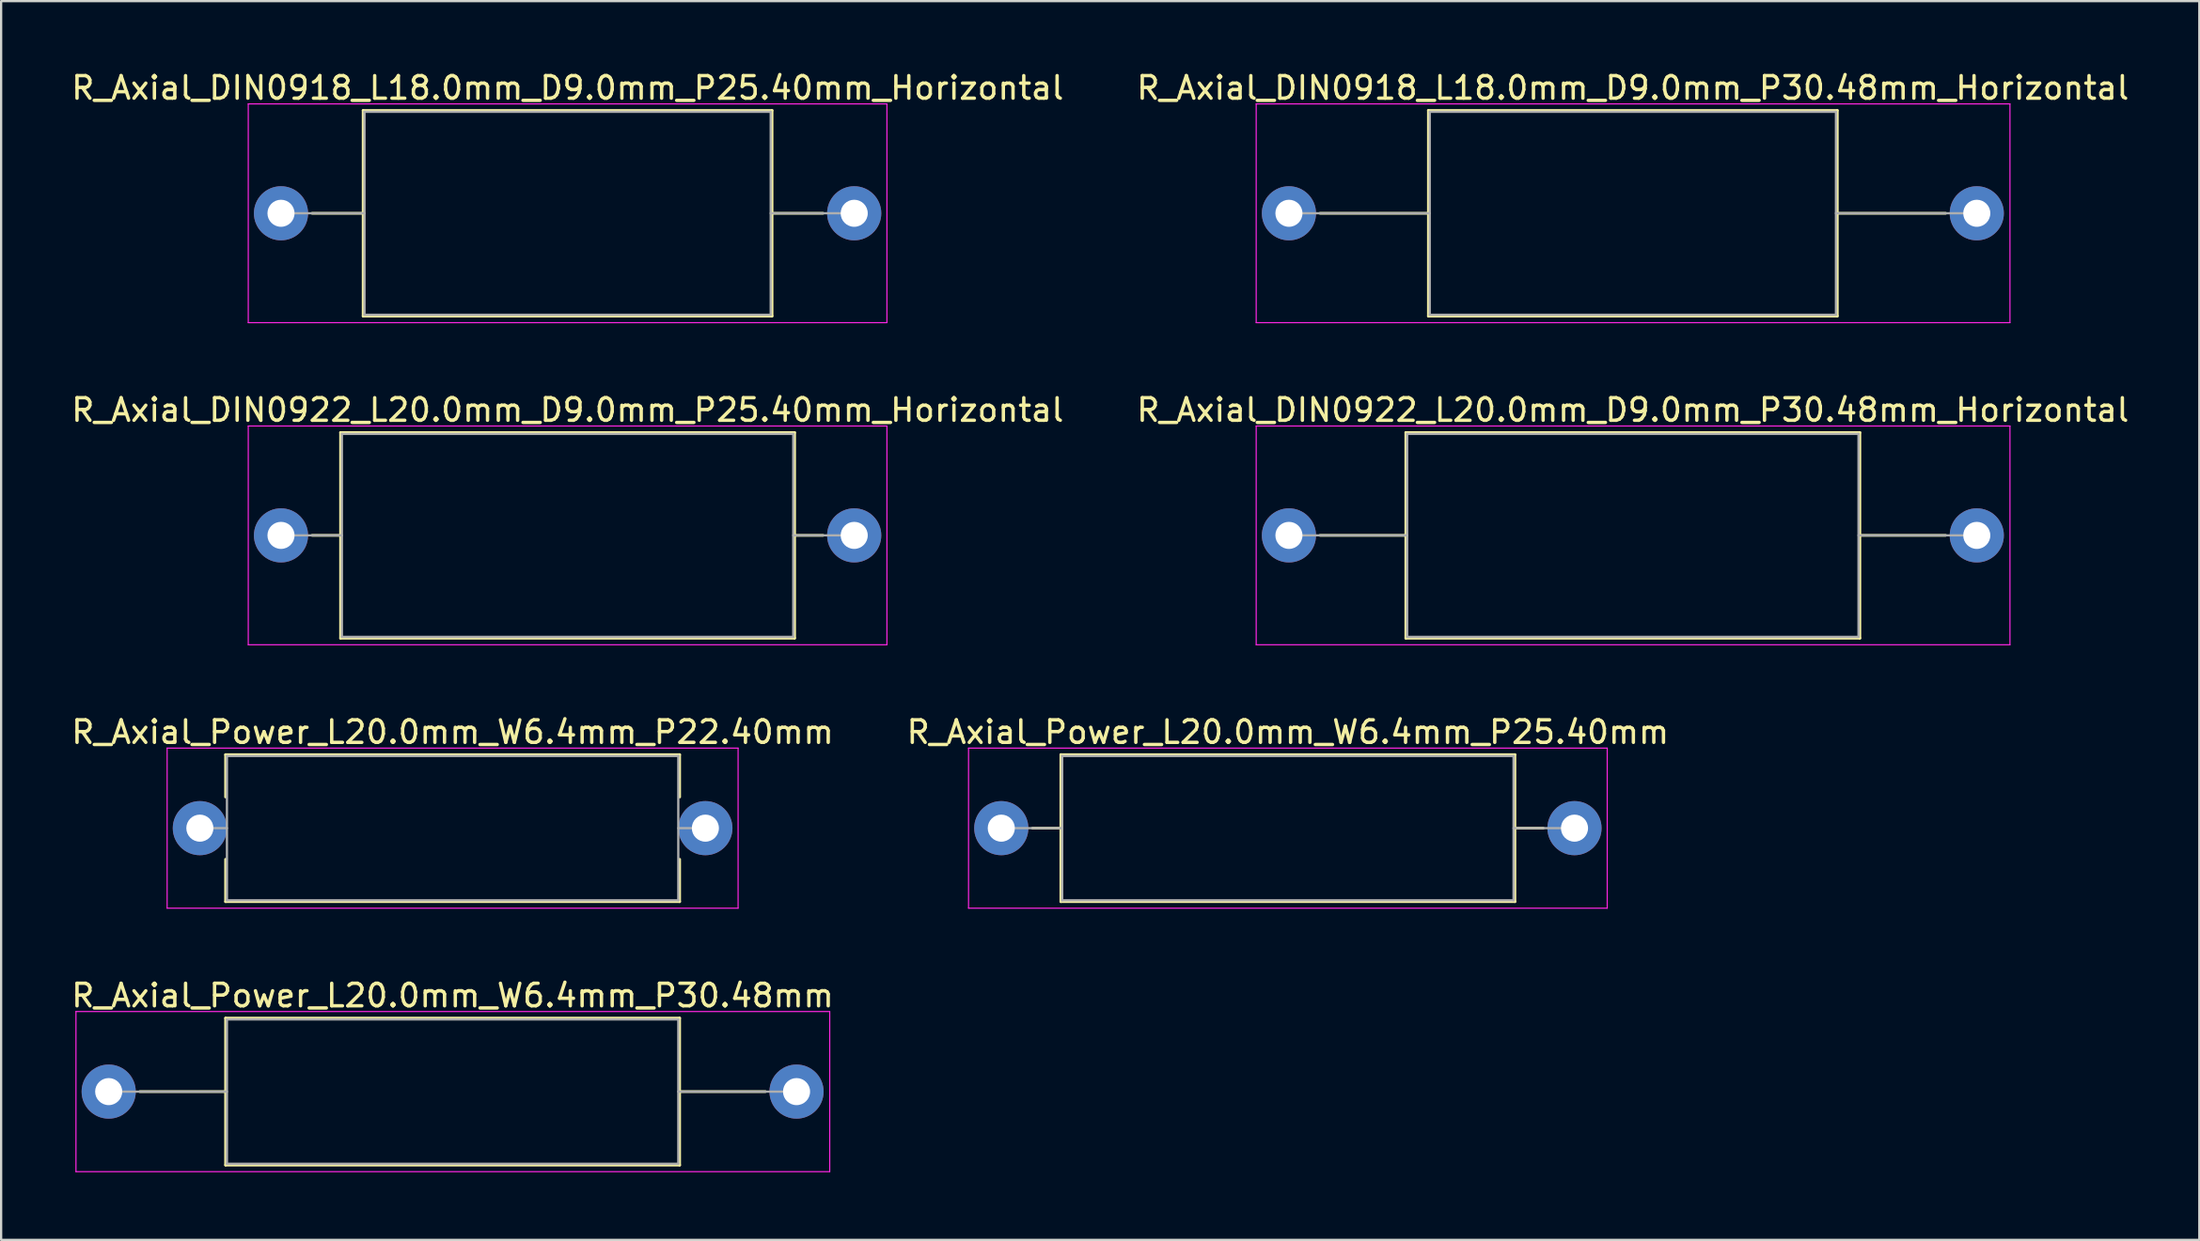
<source format=kicad_pcb>
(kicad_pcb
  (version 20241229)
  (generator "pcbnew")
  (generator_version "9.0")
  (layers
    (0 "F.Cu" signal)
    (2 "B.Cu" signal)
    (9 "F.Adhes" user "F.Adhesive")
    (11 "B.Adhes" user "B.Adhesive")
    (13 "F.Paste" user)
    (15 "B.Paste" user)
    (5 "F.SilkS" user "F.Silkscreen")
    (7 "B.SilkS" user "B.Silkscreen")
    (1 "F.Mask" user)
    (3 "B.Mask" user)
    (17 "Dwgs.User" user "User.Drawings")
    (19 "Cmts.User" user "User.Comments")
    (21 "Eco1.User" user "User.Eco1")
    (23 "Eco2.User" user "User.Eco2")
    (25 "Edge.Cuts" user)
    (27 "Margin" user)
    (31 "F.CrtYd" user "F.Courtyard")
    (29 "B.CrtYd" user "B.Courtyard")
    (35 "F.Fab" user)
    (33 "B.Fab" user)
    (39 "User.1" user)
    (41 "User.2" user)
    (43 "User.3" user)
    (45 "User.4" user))
  (footprint "R_Axial_DIN0918_L18.0mm_D9.0mm_P25.40mm_Horizontal"
    (layer "F.Cu")
    (at 9.401 6.408)
    (property "Reference" "R_Axial_DIN0918_L18.0mm_D9.0mm_P25.40mm_Horizontal" (at 12.7 -5.56 0) (layer "F.SilkS") (effects (font (size 1 1) (thickness 0.15))))
    (attr through_hole)
    (fp_line (start 1.38 0) (end 3.64 0) (stroke (width 0.12) (type solid)) (layer "F.SilkS"))
    (fp_line (start 3.64 -4.56) (end 3.64 4.56) (stroke (width 0.12) (type solid)) (layer "F.SilkS"))
    (fp_line (start 3.64 4.56) (end 21.76 4.56) (stroke (width 0.12) (type solid)) (layer "F.SilkS"))
    (fp_line (start 21.76 -4.56) (end 3.64 -4.56) (stroke (width 0.12) (type solid)) (layer "F.SilkS"))
    (fp_line (start 21.76 4.56) (end 21.76 -4.56) (stroke (width 0.12) (type solid)) (layer "F.SilkS"))
    (fp_line (start 24.02 0) (end 21.76 0) (stroke (width 0.12) (type solid)) (layer "F.SilkS"))
    (fp_line (start -1.45 -4.85) (end -1.45 4.85) (stroke (width 0.05) (type solid)) (layer "F.CrtYd"))
    (fp_line (start -1.45 4.85) (end 26.85 4.85) (stroke (width 0.05) (type solid)) (layer "F.CrtYd"))
    (fp_line (start 26.85 -4.85) (end -1.45 -4.85) (stroke (width 0.05) (type solid)) (layer "F.CrtYd"))
    (fp_line (start 26.85 4.85) (end 26.85 -4.85) (stroke (width 0.05) (type solid)) (layer "F.CrtYd"))
    (fp_line (start 0 0) (end 3.7 0) (stroke (width 0.1) (type solid)) (layer "F.Fab"))
    (fp_line (start 3.7 -4.5) (end 3.7 4.5) (stroke (width 0.1) (type solid)) (layer "F.Fab"))
    (fp_line (start 3.7 4.5) (end 21.7 4.5) (stroke (width 0.1) (type solid)) (layer "F.Fab"))
    (fp_line (start 21.7 -4.5) (end 3.7 -4.5) (stroke (width 0.1) (type solid)) (layer "F.Fab"))
    (fp_line (start 21.7 4.5) (end 21.7 -4.5) (stroke (width 0.1) (type solid)) (layer "F.Fab"))
    (fp_line (start 25.4 0) (end 21.7 0) (stroke (width 0.1) (type solid)) (layer "F.Fab"))
    (pad "1" thru_hole circle (at 0 0) (size 2.4 2.4) (drill 1.2) (layers "*.Cu" "*.Mask"))
    (pad "2" thru_hole oval (at 25.4 0) (size 2.4 2.4) (drill 1.2) (layers "*.Cu" "*.Mask")))
  (footprint "R_Axial_Power_L20.0mm_W6.4mm_P25.40mm"
    (layer "F.Cu")
    (at 41.318 33.675)
    (property "Reference" "R_Axial_Power_L20.0mm_W6.4mm_P25.40mm" (at 12.7 -4.26 0) (layer "F.SilkS") (effects (font (size 1 1) (thickness 0.15))))
    (attr through_hole)
    (fp_line (start 1.38 0) (end 2.64 0) (stroke (width 0.12) (type solid)) (layer "F.SilkS"))
    (fp_line (start 2.64 -3.26) (end 2.64 3.26) (stroke (width 0.12) (type solid)) (layer "F.SilkS"))
    (fp_line (start 2.64 3.26) (end 22.76 3.26) (stroke (width 0.12) (type solid)) (layer "F.SilkS"))
    (fp_line (start 22.76 -3.26) (end 2.64 -3.26) (stroke (width 0.12) (type solid)) (layer "F.SilkS"))
    (fp_line (start 22.76 3.26) (end 22.76 -3.26) (stroke (width 0.12) (type solid)) (layer "F.SilkS"))
    (fp_line (start 24.02 0) (end 22.76 0) (stroke (width 0.12) (type solid)) (layer "F.SilkS"))
    (fp_line (start -1.45 -3.55) (end -1.45 3.55) (stroke (width 0.05) (type solid)) (layer "F.CrtYd"))
    (fp_line (start -1.45 3.55) (end 26.85 3.55) (stroke (width 0.05) (type solid)) (layer "F.CrtYd"))
    (fp_line (start 26.85 -3.55) (end -1.45 -3.55) (stroke (width 0.05) (type solid)) (layer "F.CrtYd"))
    (fp_line (start 26.85 3.55) (end 26.85 -3.55) (stroke (width 0.05) (type solid)) (layer "F.CrtYd"))
    (fp_line (start 0 0) (end 2.7 0) (stroke (width 0.1) (type solid)) (layer "F.Fab"))
    (fp_line (start 2.7 -3.2) (end 2.7 3.2) (stroke (width 0.1) (type solid)) (layer "F.Fab"))
    (fp_line (start 2.7 3.2) (end 22.7 3.2) (stroke (width 0.1) (type solid)) (layer "F.Fab"))
    (fp_line (start 22.7 -3.2) (end 2.7 -3.2) (stroke (width 0.1) (type solid)) (layer "F.Fab"))
    (fp_line (start 22.7 3.2) (end 22.7 -3.2) (stroke (width 0.1) (type solid)) (layer "F.Fab"))
    (fp_line (start 25.4 0) (end 22.7 0) (stroke (width 0.1) (type solid)) (layer "F.Fab"))
    (pad "1" thru_hole circle (at 0 0) (size 2.4 2.4) (drill 1.2) (layers "*.Cu" "*.Mask"))
    (pad "2" thru_hole oval (at 25.4 0) (size 2.4 2.4) (drill 1.2) (layers "*.Cu" "*.Mask")))
  (footprint "R_Axial_DIN0922_L20.0mm_D9.0mm_P25.40mm_Horizontal"
    (layer "F.Cu")
    (at 9.401 20.692)
    (property "Reference" "R_Axial_DIN0922_L20.0mm_D9.0mm_P25.40mm_Horizontal" (at 12.7 -5.56 0) (layer "F.SilkS") (effects (font (size 1 1) (thickness 0.15))))
    (attr through_hole)
    (fp_line (start 1.38 0) (end 2.64 0) (stroke (width 0.12) (type solid)) (layer "F.SilkS"))
    (fp_line (start 2.64 -4.56) (end 2.64 4.56) (stroke (width 0.12) (type solid)) (layer "F.SilkS"))
    (fp_line (start 2.64 4.56) (end 22.76 4.56) (stroke (width 0.12) (type solid)) (layer "F.SilkS"))
    (fp_line (start 22.76 -4.56) (end 2.64 -4.56) (stroke (width 0.12) (type solid)) (layer "F.SilkS"))
    (fp_line (start 22.76 4.56) (end 22.76 -4.56) (stroke (width 0.12) (type solid)) (layer "F.SilkS"))
    (fp_line (start 24.02 0) (end 22.76 0) (stroke (width 0.12) (type solid)) (layer "F.SilkS"))
    (fp_line (start -1.45 -4.85) (end -1.45 4.85) (stroke (width 0.05) (type solid)) (layer "F.CrtYd"))
    (fp_line (start -1.45 4.85) (end 26.85 4.85) (stroke (width 0.05) (type solid)) (layer "F.CrtYd"))
    (fp_line (start 26.85 -4.85) (end -1.45 -4.85) (stroke (width 0.05) (type solid)) (layer "F.CrtYd"))
    (fp_line (start 26.85 4.85) (end 26.85 -4.85) (stroke (width 0.05) (type solid)) (layer "F.CrtYd"))
    (fp_line (start 0 0) (end 2.7 0) (stroke (width 0.1) (type solid)) (layer "F.Fab"))
    (fp_line (start 2.7 -4.5) (end 2.7 4.5) (stroke (width 0.1) (type solid)) (layer "F.Fab"))
    (fp_line (start 2.7 4.5) (end 22.7 4.5) (stroke (width 0.1) (type solid)) (layer "F.Fab"))
    (fp_line (start 22.7 -4.5) (end 2.7 -4.5) (stroke (width 0.1) (type solid)) (layer "F.Fab"))
    (fp_line (start 22.7 4.5) (end 22.7 -4.5) (stroke (width 0.1) (type solid)) (layer "F.Fab"))
    (fp_line (start 25.4 0) (end 22.7 0) (stroke (width 0.1) (type solid)) (layer "F.Fab"))
    (pad "1" thru_hole circle (at 0 0) (size 2.4 2.4) (drill 1.2) (layers "*.Cu" "*.Mask"))
    (pad "2" thru_hole oval (at 25.4 0) (size 2.4 2.4) (drill 1.2) (layers "*.Cu" "*.Mask")))
  (footprint "R_Axial_Power_L20.0mm_W6.4mm_P22.40mm"
    (layer "F.Cu")
    (at 5.806 33.675)
    (property "Reference" "R_Axial_Power_L20.0mm_W6.4mm_P22.40mm" (at 11.2 -4.26 0) (layer "F.SilkS") (effects (font (size 1 1) (thickness 0.15))))
    (attr through_hole)
    (fp_line (start 1.14 -3.26) (end 21.26 -3.26) (stroke (width 0.12) (type solid)) (layer "F.SilkS"))
    (fp_line (start 1.14 -1.38) (end 1.14 -3.26) (stroke (width 0.12) (type solid)) (layer "F.SilkS"))
    (fp_line (start 1.14 1.38) (end 1.14 3.26) (stroke (width 0.12) (type solid)) (layer "F.SilkS"))
    (fp_line (start 1.14 3.26) (end 21.26 3.26) (stroke (width 0.12) (type solid)) (layer "F.SilkS"))
    (fp_line (start 21.26 -3.26) (end 21.26 -1.38) (stroke (width 0.12) (type solid)) (layer "F.SilkS"))
    (fp_line (start 21.26 3.26) (end 21.26 1.38) (stroke (width 0.12) (type solid)) (layer "F.SilkS"))
    (fp_line (start -1.45 -3.55) (end -1.45 3.55) (stroke (width 0.05) (type solid)) (layer "F.CrtYd"))
    (fp_line (start -1.45 3.55) (end 23.85 3.55) (stroke (width 0.05) (type solid)) (layer "F.CrtYd"))
    (fp_line (start 23.85 -3.55) (end -1.45 -3.55) (stroke (width 0.05) (type solid)) (layer "F.CrtYd"))
    (fp_line (start 23.85 3.55) (end 23.85 -3.55) (stroke (width 0.05) (type solid)) (layer "F.CrtYd"))
    (fp_line (start 0 0) (end 1.2 0) (stroke (width 0.1) (type solid)) (layer "F.Fab"))
    (fp_line (start 1.2 -3.2) (end 1.2 3.2) (stroke (width 0.1) (type solid)) (layer "F.Fab"))
    (fp_line (start 1.2 3.2) (end 21.2 3.2) (stroke (width 0.1) (type solid)) (layer "F.Fab"))
    (fp_line (start 21.2 -3.2) (end 1.2 -3.2) (stroke (width 0.1) (type solid)) (layer "F.Fab"))
    (fp_line (start 21.2 3.2) (end 21.2 -3.2) (stroke (width 0.1) (type solid)) (layer "F.Fab"))
    (fp_line (start 22.4 0) (end 21.2 0) (stroke (width 0.1) (type solid)) (layer "F.Fab"))
    (pad "1" thru_hole circle (at 0 0) (size 2.4 2.4) (drill 1.2) (layers "*.Cu" "*.Mask"))
    (pad "2" thru_hole oval (at 22.4 0) (size 2.4 2.4) (drill 1.2) (layers "*.Cu" "*.Mask")))
  (footprint "R_Axial_DIN0922_L20.0mm_D9.0mm_P30.48mm_Horizontal"
    (layer "F.Cu")
    (at 54.064 20.692)
    (property "Reference" "R_Axial_DIN0922_L20.0mm_D9.0mm_P30.48mm_Horizontal" (at 15.24 -5.56 0) (layer "F.SilkS") (effects (font (size 1 1) (thickness 0.15))))
    (attr through_hole)
    (fp_line (start 1.38 0) (end 5.18 0) (stroke (width 0.12) (type solid)) (layer "F.SilkS"))
    (fp_line (start 5.18 -4.56) (end 5.18 4.56) (stroke (width 0.12) (type solid)) (layer "F.SilkS"))
    (fp_line (start 5.18 4.56) (end 25.3 4.56) (stroke (width 0.12) (type solid)) (layer "F.SilkS"))
    (fp_line (start 25.3 -4.56) (end 5.18 -4.56) (stroke (width 0.12) (type solid)) (layer "F.SilkS"))
    (fp_line (start 25.3 4.56) (end 25.3 -4.56) (stroke (width 0.12) (type solid)) (layer "F.SilkS"))
    (fp_line (start 29.1 0) (end 25.3 0) (stroke (width 0.12) (type solid)) (layer "F.SilkS"))
    (fp_line (start -1.45 -4.85) (end -1.45 4.85) (stroke (width 0.05) (type solid)) (layer "F.CrtYd"))
    (fp_line (start -1.45 4.85) (end 31.95 4.85) (stroke (width 0.05) (type solid)) (layer "F.CrtYd"))
    (fp_line (start 31.95 -4.85) (end -1.45 -4.85) (stroke (width 0.05) (type solid)) (layer "F.CrtYd"))
    (fp_line (start 31.95 4.85) (end 31.95 -4.85) (stroke (width 0.05) (type solid)) (layer "F.CrtYd"))
    (fp_line (start 0 0) (end 5.24 0) (stroke (width 0.1) (type solid)) (layer "F.Fab"))
    (fp_line (start 5.24 -4.5) (end 5.24 4.5) (stroke (width 0.1) (type solid)) (layer "F.Fab"))
    (fp_line (start 5.24 4.5) (end 25.24 4.5) (stroke (width 0.1) (type solid)) (layer "F.Fab"))
    (fp_line (start 25.24 -4.5) (end 5.24 -4.5) (stroke (width 0.1) (type solid)) (layer "F.Fab"))
    (fp_line (start 25.24 4.5) (end 25.24 -4.5) (stroke (width 0.1) (type solid)) (layer "F.Fab"))
    (fp_line (start 30.48 0) (end 25.24 0) (stroke (width 0.1) (type solid)) (layer "F.Fab"))
    (pad "1" thru_hole circle (at 0 0) (size 2.4 2.4) (drill 1.2) (layers "*.Cu" "*.Mask"))
    (pad "2" thru_hole oval (at 30.48 0) (size 2.4 2.4) (drill 1.2) (layers "*.Cu" "*.Mask")))
  (footprint "R_Axial_DIN0918_L18.0mm_D9.0mm_P30.48mm_Horizontal"
    (layer "F.Cu")
    (at 54.064 6.408)
    (property "Reference" "R_Axial_DIN0918_L18.0mm_D9.0mm_P30.48mm_Horizontal" (at 15.24 -5.56 0) (layer "F.SilkS") (effects (font (size 1 1) (thickness 0.15))))
    (attr through_hole)
    (fp_line (start 1.38 0) (end 6.18 0) (stroke (width 0.12) (type solid)) (layer "F.SilkS"))
    (fp_line (start 6.18 -4.56) (end 6.18 4.56) (stroke (width 0.12) (type solid)) (layer "F.SilkS"))
    (fp_line (start 6.18 4.56) (end 24.3 4.56) (stroke (width 0.12) (type solid)) (layer "F.SilkS"))
    (fp_line (start 24.3 -4.56) (end 6.18 -4.56) (stroke (width 0.12) (type solid)) (layer "F.SilkS"))
    (fp_line (start 24.3 4.56) (end 24.3 -4.56) (stroke (width 0.12) (type solid)) (layer "F.SilkS"))
    (fp_line (start 29.1 0) (end 24.3 0) (stroke (width 0.12) (type solid)) (layer "F.SilkS"))
    (fp_line (start -1.45 -4.85) (end -1.45 4.85) (stroke (width 0.05) (type solid)) (layer "F.CrtYd"))
    (fp_line (start -1.45 4.85) (end 31.95 4.85) (stroke (width 0.05) (type solid)) (layer "F.CrtYd"))
    (fp_line (start 31.95 -4.85) (end -1.45 -4.85) (stroke (width 0.05) (type solid)) (layer "F.CrtYd"))
    (fp_line (start 31.95 4.85) (end 31.95 -4.85) (stroke (width 0.05) (type solid)) (layer "F.CrtYd"))
    (fp_line (start 0 0) (end 6.24 0) (stroke (width 0.1) (type solid)) (layer "F.Fab"))
    (fp_line (start 6.24 -4.5) (end 6.24 4.5) (stroke (width 0.1) (type solid)) (layer "F.Fab"))
    (fp_line (start 6.24 4.5) (end 24.24 4.5) (stroke (width 0.1) (type solid)) (layer "F.Fab"))
    (fp_line (start 24.24 -4.5) (end 6.24 -4.5) (stroke (width 0.1) (type solid)) (layer "F.Fab"))
    (fp_line (start 24.24 4.5) (end 24.24 -4.5) (stroke (width 0.1) (type solid)) (layer "F.Fab"))
    (fp_line (start 30.48 0) (end 24.24 0) (stroke (width 0.1) (type solid)) (layer "F.Fab"))
    (pad "1" thru_hole circle (at 0 0) (size 2.4 2.4) (drill 1.2) (layers "*.Cu" "*.Mask"))
    (pad "2" thru_hole oval (at 30.48 0) (size 2.4 2.4) (drill 1.2) (layers "*.Cu" "*.Mask")))
  (footprint "R_Axial_Power_L20.0mm_W6.4mm_P30.48mm"
    (layer "F.Cu")
    (at 1.766 45.358)
    (property "Reference" "R_Axial_Power_L20.0mm_W6.4mm_P30.48mm" (at 15.24 -4.26 0) (layer "F.SilkS") (effects (font (size 1 1) (thickness 0.15))))
    (attr through_hole)
    (fp_line (start 1.38 0) (end 5.18 0) (stroke (width 0.12) (type solid)) (layer "F.SilkS"))
    (fp_line (start 5.18 -3.26) (end 5.18 3.26) (stroke (width 0.12) (type solid)) (layer "F.SilkS"))
    (fp_line (start 5.18 3.26) (end 25.3 3.26) (stroke (width 0.12) (type solid)) (layer "F.SilkS"))
    (fp_line (start 25.3 -3.26) (end 5.18 -3.26) (stroke (width 0.12) (type solid)) (layer "F.SilkS"))
    (fp_line (start 25.3 3.26) (end 25.3 -3.26) (stroke (width 0.12) (type solid)) (layer "F.SilkS"))
    (fp_line (start 29.1 0) (end 25.3 0) (stroke (width 0.12) (type solid)) (layer "F.SilkS"))
    (fp_line (start -1.45 -3.55) (end -1.45 3.55) (stroke (width 0.05) (type solid)) (layer "F.CrtYd"))
    (fp_line (start -1.45 3.55) (end 31.95 3.55) (stroke (width 0.05) (type solid)) (layer "F.CrtYd"))
    (fp_line (start 31.95 -3.55) (end -1.45 -3.55) (stroke (width 0.05) (type solid)) (layer "F.CrtYd"))
    (fp_line (start 31.95 3.55) (end 31.95 -3.55) (stroke (width 0.05) (type solid)) (layer "F.CrtYd"))
    (fp_line (start 0 0) (end 5.24 0) (stroke (width 0.1) (type solid)) (layer "F.Fab"))
    (fp_line (start 5.24 -3.2) (end 5.24 3.2) (stroke (width 0.1) (type solid)) (layer "F.Fab"))
    (fp_line (start 5.24 3.2) (end 25.24 3.2) (stroke (width 0.1) (type solid)) (layer "F.Fab"))
    (fp_line (start 25.24 -3.2) (end 5.24 -3.2) (stroke (width 0.1) (type solid)) (layer "F.Fab"))
    (fp_line (start 25.24 3.2) (end 25.24 -3.2) (stroke (width 0.1) (type solid)) (layer "F.Fab"))
    (fp_line (start 30.48 0) (end 25.24 0) (stroke (width 0.1) (type solid)) (layer "F.Fab"))
    (pad "1" thru_hole circle (at 0 0) (size 2.4 2.4) (drill 1.2) (layers "*.Cu" "*.Mask"))
    (pad "2" thru_hole oval (at 30.48 0) (size 2.4 2.4) (drill 1.2) (layers "*.Cu" "*.Mask")))
  (gr_rect
    (start -3 -3)
    (end 94.405 51.933)
    (stroke (width 0.1) (type default))
    (fill no)
    (layer "Edge.Cuts")))
</source>
